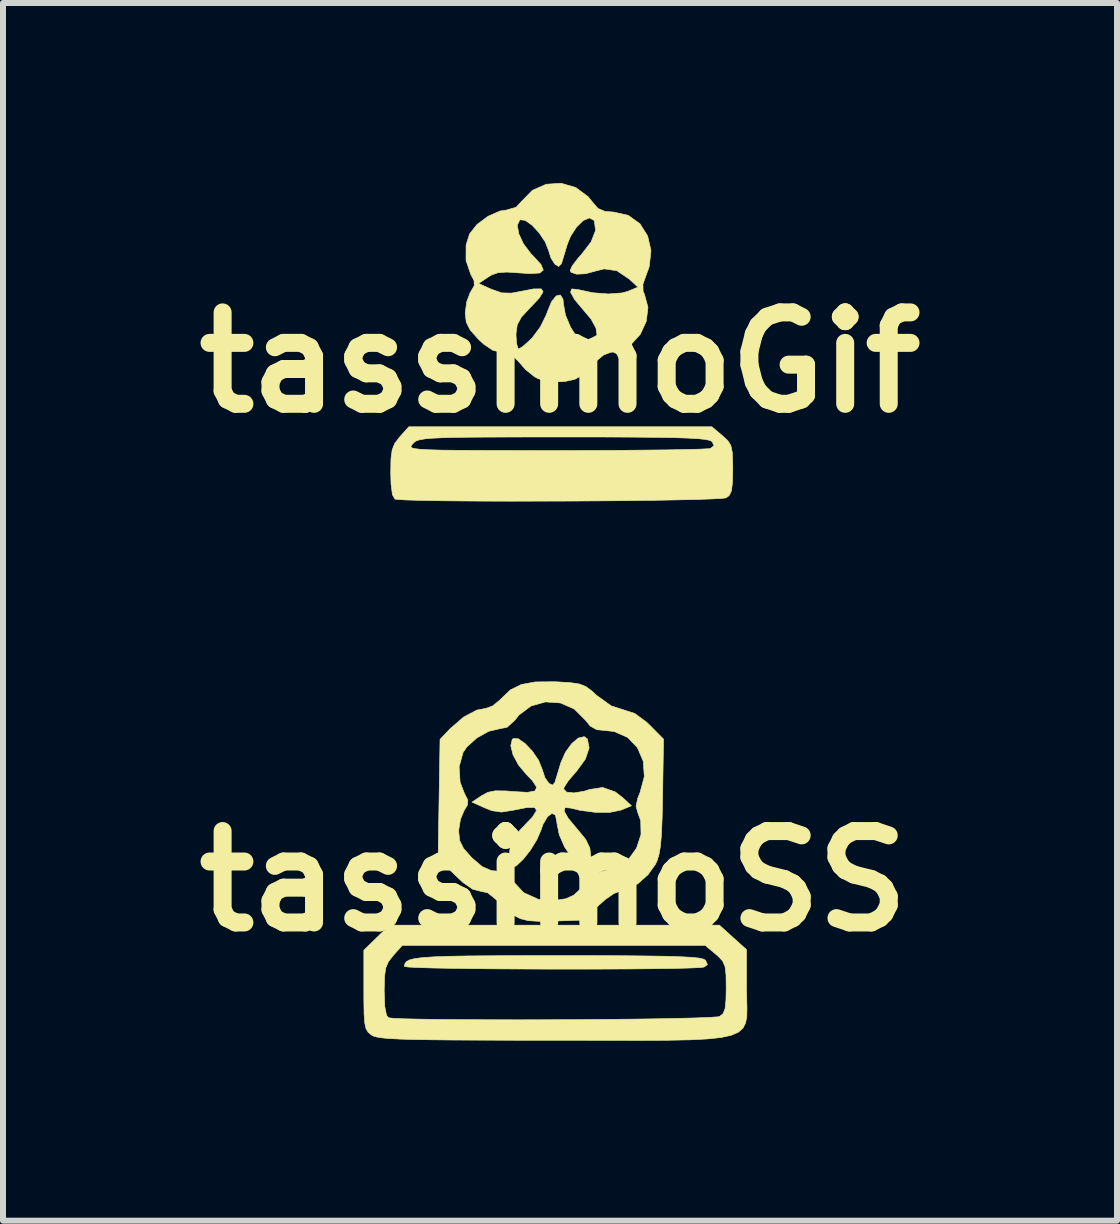
<source format=kicad_pcb>
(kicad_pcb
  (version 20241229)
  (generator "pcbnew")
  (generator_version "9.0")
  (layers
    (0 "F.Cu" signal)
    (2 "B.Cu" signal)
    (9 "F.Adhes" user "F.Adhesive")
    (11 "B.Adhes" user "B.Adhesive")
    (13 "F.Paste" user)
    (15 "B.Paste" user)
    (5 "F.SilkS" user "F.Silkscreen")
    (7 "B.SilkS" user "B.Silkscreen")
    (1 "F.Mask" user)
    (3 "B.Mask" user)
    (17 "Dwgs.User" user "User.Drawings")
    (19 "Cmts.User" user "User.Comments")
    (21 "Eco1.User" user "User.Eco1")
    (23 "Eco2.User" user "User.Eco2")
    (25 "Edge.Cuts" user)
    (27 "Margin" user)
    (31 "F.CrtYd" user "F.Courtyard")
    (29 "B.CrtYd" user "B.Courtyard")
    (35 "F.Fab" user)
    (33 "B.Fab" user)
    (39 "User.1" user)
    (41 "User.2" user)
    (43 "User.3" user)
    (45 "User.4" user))
  (footprint "tassimoSS"
    (layer "F.Cu")
    (at 6.176 11.637)
    (property "Reference" "tassimoSS" (at 0 0 0) (layer "F.SilkS") (effects (font (size 1.524 1.524) (thickness 0.3))))
    (attr through_hole)
    (fp_poly (pts (xy 0.662 1.242) (xy 1.16 1.244) (xy 1.564 1.248) (xy 1.883 1.253) (xy 2.127 1.261) (xy 2.304 1.271) (xy 2.425 1.283) (xy 2.498 1.299) (xy 2.533 1.319) (xy 2.535 1.32) (xy 2.566 1.392) (xy 2.509 1.433) (xy 2.431 1.442) (xy 2.257 1.449) (xy 2.001 1.456) (xy 1.677 1.46) (xy 1.299 1.464) (xy 0.88 1.466) (xy 0.435 1.467) (xy -0.023 1.467) (xy -0.48 1.465) (xy -0.922 1.463) (xy -1.335 1.459) (xy -1.706 1.454) (xy -2.019 1.448) (xy -2.263 1.44) (xy -2.422 1.432) (xy -2.483 1.423) (xy -2.484 1.422) (xy -2.478 1.38) (xy -2.454 1.344) (xy -2.403 1.315) (xy -2.315 1.292) (xy -2.181 1.275) (xy -1.99 1.262) (xy -1.733 1.253) (xy -1.4 1.247) (xy -0.982 1.244) (xy -0.469 1.242) (xy 0.061 1.242) (xy 0.662 1.242)) (stroke (width 0.01) (type solid)) (fill yes) (layer "F.SilkS"))
    (fp_poly (pts (xy 2.991 0.938) (xy 3.217 1.142) (xy 3.217 1.78) (xy 3.221 1.967) (xy 3.225 2.125) (xy 3.222 2.256) (xy 3.202 2.365) (xy 3.158 2.451) (xy 3.081 2.519) (xy 2.962 2.57) (xy 2.793 2.607) (xy 2.566 2.631) (xy 2.27 2.646) (xy 1.899 2.653) (xy 1.444 2.655) (xy 0.895 2.654) (xy 0.246 2.653) (xy 0.005 2.653) (xy -0.653 2.653) (xy -1.207 2.651) (xy -1.666 2.649) (xy -2.04 2.645) (xy -2.339 2.64) (xy -2.57 2.633) (xy -2.743 2.624) (xy -2.868 2.612) (xy -2.954 2.597) (xy -3.009 2.58) (xy -3.035 2.565) (xy -3.089 2.52) (xy -3.125 2.46) (xy -3.146 2.364) (xy -3.157 2.21) (xy -3.161 1.975) (xy -3.161 1.829) (xy -2.822 1.829) (xy -2.813 2.086) (xy -2.784 2.235) (xy -2.752 2.277) (xy -2.672 2.287) (xy -2.493 2.295) (xy -2.23 2.301) (xy -1.895 2.306) (xy -1.502 2.309) (xy -1.065 2.311) (xy -0.598 2.312) (xy -0.114 2.311) (xy 0.374 2.309) (xy 0.852 2.305) (xy 1.305 2.301) (xy 1.722 2.295) (xy 2.087 2.288) (xy 2.388 2.28) (xy 2.611 2.271) (xy 2.741 2.262) (xy 2.769 2.256) (xy 2.827 2.209) (xy 2.86 2.126) (xy 2.875 1.981) (xy 2.879 1.781) (xy 2.876 1.563) (xy 2.86 1.426) (xy 2.821 1.334) (xy 2.748 1.256) (xy 2.705 1.219) (xy 2.531 1.072) (xy -2.521 1.072) (xy -2.672 1.241) (xy -2.751 1.342) (xy -2.796 1.447) (xy -2.817 1.592) (xy -2.822 1.811) (xy -2.822 1.829) (xy -3.161 1.829) (xy -3.161 1.814) (xy -3.161 1.152) (xy -2.947 0.943) (xy -2.733 0.734) (xy 2.765 0.734) (xy 2.991 0.938)) (stroke (width 0.01) (type solid)) (fill yes) (layer "F.SilkS"))
    (fp_poly (pts (xy 0.565 -2.37) (xy 0.594 -2.22) (xy 0.531 -2.033) (xy 0.381 -1.827) (xy 0.36 -1.804) (xy 0.248 -1.674) (xy 0.18 -1.569) (xy 0.169 -1.536) (xy 0.217 -1.484) (xy 0.34 -1.47) (xy 0.505 -1.497) (xy 0.601 -1.527) (xy 0.82 -1.561) (xy 1.029 -1.487) (xy 1.155 -1.39) (xy 1.299 -1.256) (xy 1.129 -1.185) (xy 0.945 -1.147) (xy 0.699 -1.146) (xy 0.437 -1.181) (xy 0.296 -1.216) (xy 0.193 -1.226) (xy 0.177 -1.168) (xy 0.246 -1.046) (xy 0.395 -0.868) (xy 0.537 -0.695) (xy 0.606 -0.55) (xy 0.621 -0.425) (xy 0.616 -0.283) (xy 0.584 -0.235) (xy 0.495 -0.26) (xy 0.427 -0.291) (xy 0.303 -0.395) (xy 0.185 -0.569) (xy 0.096 -0.774) (xy 0.057 -0.967) (xy 0.056 -0.982) (xy 0.033 -1.101) (xy -0.025 -1.129) (xy -0.1 -1.074) (xy -0.175 -0.946) (xy -0.209 -0.849) (xy -0.277 -0.691) (xy -0.382 -0.52) (xy -0.503 -0.366) (xy -0.616 -0.258) (xy -0.688 -0.226) (xy -0.717 -0.276) (xy -0.733 -0.401) (xy -0.734 -0.454) (xy -0.719 -0.606) (xy -0.662 -0.731) (xy -0.54 -0.871) (xy -0.508 -0.903) (xy -0.349 -1.07) (xy -0.283 -1.176) (xy -0.312 -1.227) (xy -0.44 -1.227) (xy -0.671 -1.182) (xy -0.675 -1.181) (xy -0.868 -1.151) (xy -1.026 -1.174) (xy -1.143 -1.22) (xy -1.358 -1.317) (xy -1.201 -1.422) (xy -1.094 -1.48) (xy -0.97 -1.505) (xy -0.792 -1.503) (xy -0.663 -1.492) (xy -0.432 -1.48) (xy -0.307 -1.503) (xy -0.281 -1.566) (xy -0.352 -1.675) (xy -0.45 -1.777) (xy -0.583 -1.935) (xy -0.674 -2.105) (xy -0.712 -2.257) (xy -0.688 -2.361) (xy -0.67 -2.377) (xy -0.586 -2.372) (xy -0.472 -2.292) (xy -0.352 -2.165) (xy -0.25 -2.016) (xy -0.191 -1.87) (xy -0.189 -1.863) (xy -0.142 -1.723) (xy -0.076 -1.629) (xy -0.013 -1.601) (xy 0.023 -1.645) (xy 0.053 -1.743) (xy 0.101 -1.901) (xy 0.122 -1.971) (xy 0.199 -2.147) (xy 0.304 -2.292) (xy 0.415 -2.385) (xy 0.513 -2.408) (xy 0.565 -2.37)) (stroke (width 0.01) (type solid)) (fill yes) (layer "F.SilkS"))
    (fp_poly (pts (xy 0.052 -3.322) (xy 0.282 -3.308) (xy 0.434 -3.285) (xy 0.543 -3.241) (xy 0.646 -3.164) (xy 0.717 -3.097) (xy 0.962 -2.921) (xy 1.155 -2.859) (xy 1.355 -2.794) (xy 1.553 -2.648) (xy 1.606 -2.597) (xy 1.834 -2.367) (xy 1.819 -1.424) (xy 1.811 -1.057) (xy 1.8 -0.783) (xy 1.783 -0.584) (xy 1.758 -0.441) (xy 1.725 -0.334) (xy 1.701 -0.283) (xy 1.575 -0.107) (xy 1.404 0.045) (xy 1.224 0.145) (xy 1.109 0.169) (xy 1.007 0.207) (xy 0.865 0.305) (xy 0.748 0.409) (xy 0.503 0.649) (xy 0.012 0.666) (xy -0.246 0.67) (xy -0.422 0.659) (xy -0.549 0.627) (xy -0.654 0.574) (xy -0.811 0.453) (xy -0.944 0.317) (xy -1.098 0.194) (xy -1.216 0.169) (xy -1.347 0.135) (xy -1.507 0.024) (xy -1.647 -0.107) (xy -1.923 -0.383) (xy -1.916 -0.827) (xy -1.58 -0.827) (xy -1.564 -0.675) (xy -1.499 -0.544) (xy -1.366 -0.393) (xy -1.361 -0.388) (xy -1.188 -0.241) (xy -1.038 -0.176) (xy -0.967 -0.169) (xy -0.803 -0.131) (xy -0.695 -0.02) (xy -0.498 0.192) (xy -0.249 0.305) (xy 0.027 0.321) (xy 0.207 0.294) (xy 0.338 0.234) (xy 0.468 0.114) (xy 0.514 0.064) (xy 0.664 -0.08) (xy 0.796 -0.16) (xy 0.843 -0.169) (xy 1.061 -0.221) (xy 1.247 -0.357) (xy 1.385 -0.551) (xy 1.459 -0.777) (xy 1.454 -1.008) (xy 1.406 -1.139) (xy 1.376 -1.248) (xy 1.406 -1.386) (xy 1.441 -1.472) (xy 1.514 -1.742) (xy 1.496 -2) (xy 1.399 -2.225) (xy 1.235 -2.396) (xy 1.013 -2.493) (xy 0.893 -2.507) (xy 0.722 -2.524) (xy 0.613 -2.584) (xy 0.535 -2.68) (xy 0.347 -2.868) (xy 0.115 -2.97) (xy -0.135 -2.987) (xy -0.375 -2.919) (xy -0.579 -2.766) (xy -0.642 -2.684) (xy -0.774 -2.564) (xy -0.896 -2.54) (xy -1.081 -2.497) (xy -1.279 -2.386) (xy -1.444 -2.237) (xy -1.508 -2.143) (xy -1.573 -1.907) (xy -1.557 -1.65) (xy -1.488 -1.469) (xy -1.429 -1.352) (xy -1.434 -1.268) (xy -1.488 -1.18) (xy -1.55 -1.034) (xy -1.58 -0.852) (xy -1.58 -0.827) (xy -1.916 -0.827) (xy -1.907 -1.373) (xy -1.891 -2.363) (xy -1.722 -2.541) (xy -1.498 -2.735) (xy -1.277 -2.851) (xy -1.128 -2.879) (xy -1.014 -2.92) (xy -0.89 -3.021) (xy -0.872 -3.041) (xy -0.719 -3.187) (xy -0.537 -3.277) (xy -0.302 -3.32) (xy 0.013 -3.323) (xy 0.052 -3.322)) (stroke (width 0.01) (type solid)) (fill yes) (layer "F.SilkS")))
  (footprint "tassimoGif"
    (layer "F.Cu")
    (at 6.285 2.992)
    (property "Reference" "tassimoGif" (at 0 0 0) (layer "F.SilkS") (effects (font (size 1.524 1.524) (thickness 0.3))))
    (attr through_hole)
    (fp_poly (pts (xy 2.705 1.219) (xy 2.795 1.301) (xy 2.847 1.383) (xy 2.871 1.498) (xy 2.878 1.678) (xy 2.879 1.781) (xy 2.874 2.003) (xy 2.857 2.139) (xy 2.821 2.216) (xy 2.769 2.256) (xy 2.695 2.266) (xy 2.522 2.275) (xy 2.263 2.284) (xy 1.931 2.291) (xy 1.541 2.298) (xy 1.107 2.303) (xy 0.641 2.307) (xy 0.157 2.31) (xy -0.331 2.311) (xy -0.81 2.312) (xy -1.265 2.311) (xy -1.684 2.308) (xy -2.052 2.304) (xy -2.357 2.298) (xy -2.584 2.291) (xy -2.72 2.282) (xy -2.752 2.277) (xy -2.794 2.203) (xy -2.817 2.024) (xy -2.822 1.829) (xy -2.818 1.604) (xy -2.798 1.456) (xy -2.777 1.404) (xy -2.486 1.404) (xy -2.471 1.422) (xy -2.423 1.436) (xy -2.333 1.447) (xy -2.19 1.455) (xy -1.986 1.461) (xy -1.712 1.464) (xy -1.357 1.466) (xy -0.913 1.467) (xy -0.37 1.468) (xy -0.07 1.468) (xy 0.452 1.467) (xy 0.941 1.465) (xy 1.384 1.461) (xy 1.771 1.457) (xy 2.089 1.451) (xy 2.326 1.445) (xy 2.47 1.438) (xy 2.509 1.433) (xy 2.567 1.385) (xy 2.535 1.32) (xy 2.501 1.3) (xy 2.43 1.284) (xy 2.313 1.271) (xy 2.139 1.261) (xy 1.9 1.253) (xy 1.585 1.248) (xy 1.187 1.244) (xy 0.695 1.242) (xy 0.1 1.242) (xy 0.058 1.242) (xy -0.527 1.242) (xy -1.009 1.243) (xy -1.4 1.245) (xy -1.709 1.248) (xy -1.946 1.254) (xy -2.123 1.262) (xy -2.249 1.273) (xy -2.335 1.287) (xy -2.391 1.305) (xy -2.428 1.328) (xy -2.455 1.355) (xy -2.478 1.382) (xy -2.486 1.404) (xy -2.777 1.404) (xy -2.755 1.349) (xy -2.678 1.249) (xy -2.672 1.241) (xy -2.521 1.072) (xy 2.531 1.072) (xy 2.705 1.219)) (stroke (width 0.01) (type solid)) (fill yes) (layer "F.SilkS"))
    (fp_poly (pts (xy 0.261 -2.917) (xy 0.469 -2.763) (xy 0.535 -2.68) (xy 0.632 -2.568) (xy 0.749 -2.518) (xy 0.893 -2.507) (xy 1.138 -2.452) (xy 1.331 -2.313) (xy 1.46 -2.11) (xy 1.516 -1.865) (xy 1.487 -1.598) (xy 1.441 -1.472) (xy 1.382 -1.307) (xy 1.384 -1.19) (xy 1.406 -1.139) (xy 1.466 -0.919) (xy 1.438 -0.687) (xy 1.338 -0.47) (xy 1.179 -0.295) (xy 0.979 -0.189) (xy 0.843 -0.169) (xy 0.729 -0.126) (xy 0.584 -0.009) (xy 0.514 0.064) (xy 0.375 0.205) (xy 0.249 0.28) (xy 0.089 0.315) (xy 0.027 0.321) (xy -0.197 0.321) (xy -0.368 0.269) (xy -0.426 0.237) (xy -0.576 0.117) (xy -0.695 -0.02) (xy -0.695 -0.02) (xy -0.818 -0.139) (xy -0.967 -0.169) (xy -1.117 -0.201) (xy -1.275 -0.308) (xy -1.361 -0.388) (xy -1.497 -0.541) (xy -1.563 -0.671) (xy -1.58 -0.823) (xy -1.58 -0.827) (xy -1.556 -1.009) (xy -1.498 -1.164) (xy -1.488 -1.18) (xy -1.429 -1.282) (xy -1.431 -1.317) (xy -1.358 -1.317) (xy -1.143 -1.22) (xy -0.971 -1.16) (xy -0.809 -1.156) (xy -0.675 -1.181) (xy -0.443 -1.226) (xy -0.313 -1.227) (xy -0.282 -1.178) (xy -0.347 -1.073) (xy -0.505 -0.906) (xy -0.508 -0.903) (xy -0.645 -0.755) (xy -0.713 -0.63) (xy -0.733 -0.486) (xy -0.734 -0.454) (xy -0.724 -0.312) (xy -0.699 -0.232) (xy -0.688 -0.226) (xy -0.625 -0.263) (xy -0.518 -0.357) (xy -0.462 -0.412) (xy -0.329 -0.591) (xy -0.225 -0.802) (xy -0.209 -0.849) (xy -0.141 -1.014) (xy -0.064 -1.109) (xy 0.005 -1.126) (xy 0.049 -1.057) (xy 0.056 -0.982) (xy 0.09 -0.791) (xy 0.176 -0.586) (xy 0.292 -0.408) (xy 0.416 -0.296) (xy 0.427 -0.291) (xy 0.552 -0.239) (xy 0.607 -0.251) (xy 0.621 -0.347) (xy 0.621 -0.425) (xy 0.599 -0.574) (xy 0.519 -0.721) (xy 0.395 -0.868) (xy 0.244 -1.049) (xy 0.176 -1.17) (xy 0.194 -1.226) (xy 0.296 -1.216) (xy 0.547 -1.162) (xy 0.808 -1.142) (xy 1.033 -1.159) (xy 1.129 -1.185) (xy 1.299 -1.256) (xy 1.155 -1.39) (xy 0.947 -1.53) (xy 0.735 -1.56) (xy 0.601 -1.527) (xy 0.425 -1.479) (xy 0.276 -1.472) (xy 0.184 -1.503) (xy 0.169 -1.536) (xy 0.206 -1.614) (xy 0.298 -1.735) (xy 0.36 -1.804) (xy 0.519 -2.011) (xy 0.592 -2.201) (xy 0.573 -2.356) (xy 0.565 -2.37) (xy 0.49 -2.41) (xy 0.386 -2.366) (xy 0.275 -2.257) (xy 0.175 -2.103) (xy 0.122 -1.971) (xy 0.071 -1.803) (xy 0.032 -1.674) (xy 0.023 -1.645) (xy -0.023 -1.6) (xy -0.088 -1.641) (xy -0.152 -1.744) (xy -0.189 -1.863) (xy -0.246 -2.008) (xy -0.346 -2.158) (xy -0.465 -2.287) (xy -0.58 -2.369) (xy -0.666 -2.379) (xy -0.67 -2.377) (xy -0.712 -2.29) (xy -0.689 -2.148) (xy -0.611 -1.98) (xy -0.488 -1.816) (xy -0.45 -1.777) (xy -0.318 -1.634) (xy -0.279 -1.54) (xy -0.337 -1.492) (xy -0.497 -1.481) (xy -0.663 -1.492) (xy -0.885 -1.507) (xy -1.033 -1.497) (xy -1.144 -1.457) (xy -1.201 -1.422) (xy -1.358 -1.317) (xy -1.431 -1.317) (xy -1.434 -1.367) (xy -1.488 -1.469) (xy -1.567 -1.7) (xy -1.566 -1.957) (xy -1.508 -2.143) (xy -1.384 -2.3) (xy -1.2 -2.437) (xy -1.002 -2.524) (xy -0.896 -2.54) (xy -0.731 -2.588) (xy -0.642 -2.684) (xy -0.46 -2.87) (xy -0.23 -2.971) (xy 0.019 -2.987) (xy 0.261 -2.917)) (stroke (width 0.01) (type solid)) (fill yes) (layer "F.SilkS")))
  (gr_rect
    (start -3 -3)
    (end 15.569 17.297)
    (stroke (width 0.1) (type default))
    (fill no)
    (layer "Edge.Cuts")))
</source>
